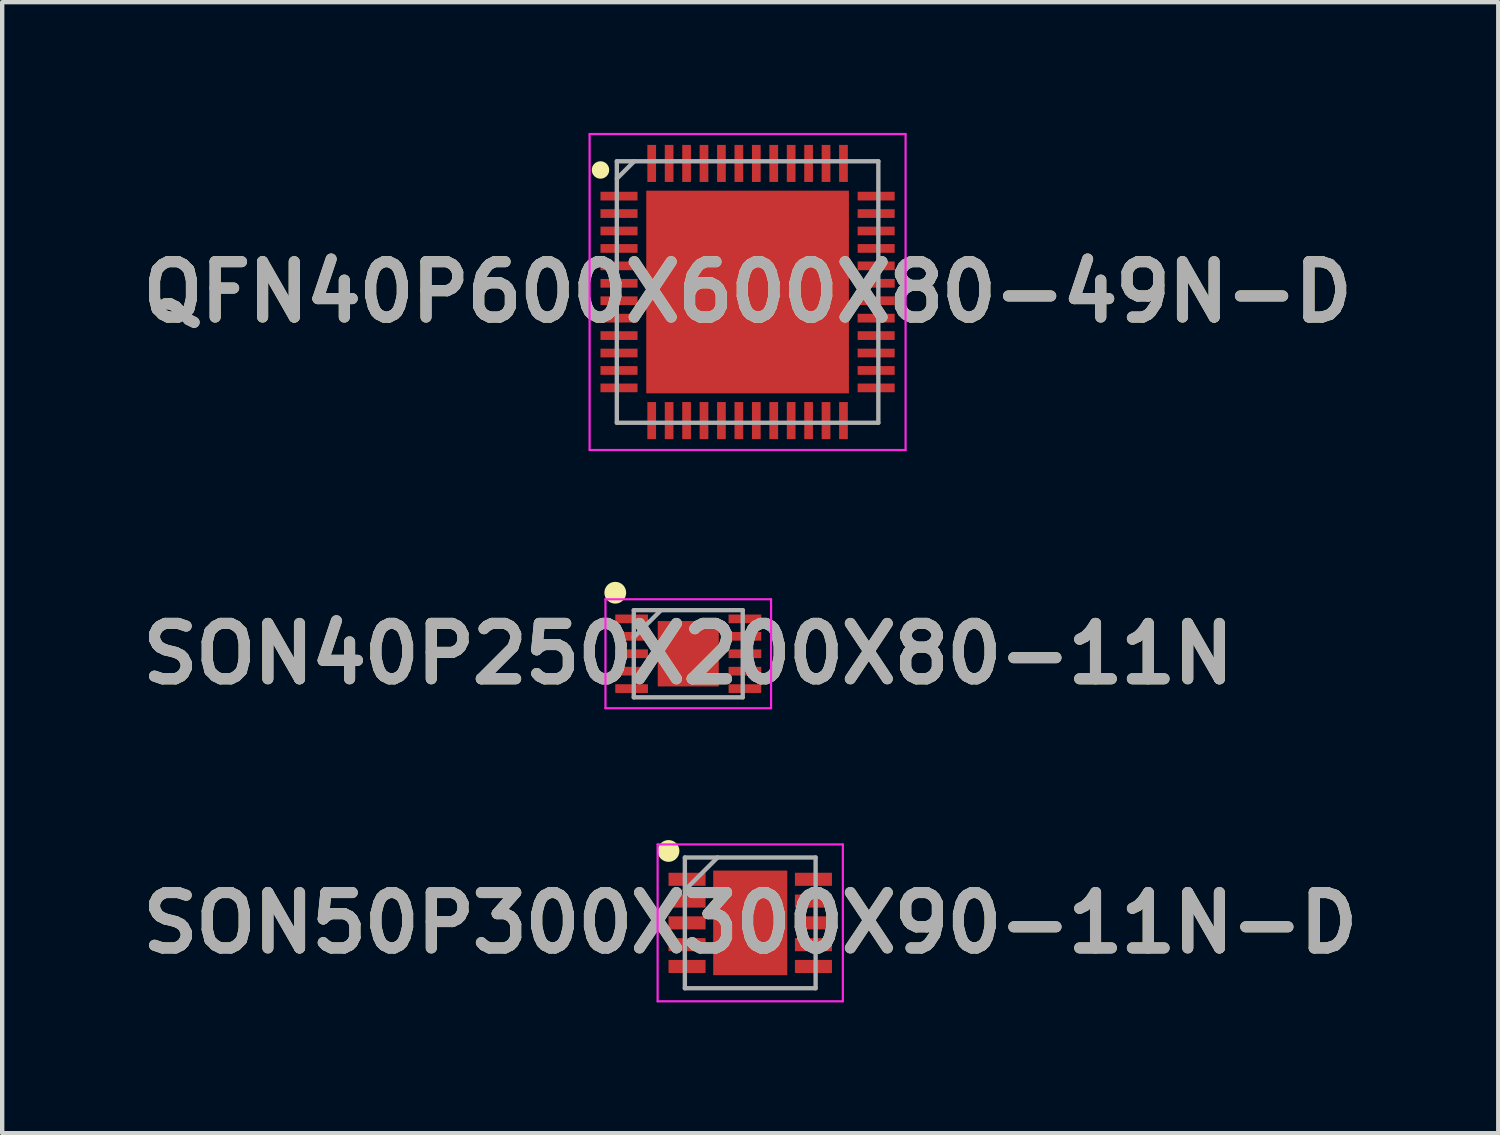
<source format=kicad_pcb>
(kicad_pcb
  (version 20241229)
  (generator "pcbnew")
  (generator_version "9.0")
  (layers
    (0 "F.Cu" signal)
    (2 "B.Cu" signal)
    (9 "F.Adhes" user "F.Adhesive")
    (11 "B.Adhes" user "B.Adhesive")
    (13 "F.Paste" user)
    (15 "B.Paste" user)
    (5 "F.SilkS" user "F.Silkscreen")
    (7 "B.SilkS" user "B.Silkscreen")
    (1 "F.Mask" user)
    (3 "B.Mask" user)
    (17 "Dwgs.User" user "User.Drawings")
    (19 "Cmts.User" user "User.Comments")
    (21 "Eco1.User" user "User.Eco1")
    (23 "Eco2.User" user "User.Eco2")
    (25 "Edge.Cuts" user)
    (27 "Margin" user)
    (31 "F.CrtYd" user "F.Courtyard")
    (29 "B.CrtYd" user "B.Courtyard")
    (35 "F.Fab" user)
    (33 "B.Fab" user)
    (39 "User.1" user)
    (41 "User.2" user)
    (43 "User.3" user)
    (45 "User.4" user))
  (footprint "QFN40P600X600X80-49N-D"
    (layer "F.Cu")
    (at 14.103 3.65)
    (property "Reference" "QFN40P600X600X80-49N-D" (at 0 0 0) (layer "F.SilkS") (effects (font (size 1.27 1.27) (thickness 0.254))))
    (attr smd)
    (fp_circle (center -3.375 -2.8) (end -3.375 -2.7) (stroke (width 0.2) (type solid)) (fill no) (layer "F.SilkS"))
    (fp_line (start -3.625 -3.625) (end 3.625 -3.625) (stroke (width 0.05) (type solid)) (layer "F.CrtYd"))
    (fp_line (start -3.625 3.625) (end -3.625 -3.625) (stroke (width 0.05) (type solid)) (layer "F.CrtYd"))
    (fp_line (start 3.625 -3.625) (end 3.625 3.625) (stroke (width 0.05) (type solid)) (layer "F.CrtYd"))
    (fp_line (start 3.625 3.625) (end -3.625 3.625) (stroke (width 0.05) (type solid)) (layer "F.CrtYd"))
    (fp_line (start -3 -3) (end 3 -3) (stroke (width 0.1) (type solid)) (layer "F.Fab"))
    (fp_line (start -3 -2.6) (end -2.6 -3) (stroke (width 0.1) (type solid)) (layer "F.Fab"))
    (fp_line (start -3 3) (end -3 -3) (stroke (width 0.1) (type solid)) (layer "F.Fab"))
    (fp_line (start 3 -3) (end 3 3) (stroke (width 0.1) (type solid)) (layer "F.Fab"))
    (fp_line (start 3 3) (end -3 3) (stroke (width 0.1) (type solid)) (layer "F.Fab"))
    (fp_text user "${REFERENCE}" (at 0 0 0) (layer "F.Fab") (effects (font (size 1.27 1.27) (thickness 0.254))))
    (pad "1" smd rect (at -2.95 -2.2 90) (size 0.2 0.85) (layers "F.Cu" "F.Mask" "F.Paste"))
    (pad "2" smd rect (at -2.95 -1.8 90) (size 0.2 0.85) (layers "F.Cu" "F.Mask" "F.Paste"))
    (pad "3" smd rect (at -2.95 -1.4 90) (size 0.2 0.85) (layers "F.Cu" "F.Mask" "F.Paste"))
    (pad "4" smd rect (at -2.95 -1 90) (size 0.2 0.85) (layers "F.Cu" "F.Mask" "F.Paste"))
    (pad "5" smd rect (at -2.95 -0.6 90) (size 0.2 0.85) (layers "F.Cu" "F.Mask" "F.Paste"))
    (pad "6" smd rect (at -2.95 -0.2 90) (size 0.2 0.85) (layers "F.Cu" "F.Mask" "F.Paste"))
    (pad "7" smd rect (at -2.95 0.2 90) (size 0.2 0.85) (layers "F.Cu" "F.Mask" "F.Paste"))
    (pad "8" smd rect (at -2.95 0.6 90) (size 0.2 0.85) (layers "F.Cu" "F.Mask" "F.Paste"))
    (pad "9" smd rect (at -2.95 1 90) (size 0.2 0.85) (layers "F.Cu" "F.Mask" "F.Paste"))
    (pad "10" smd rect (at -2.95 1.4 90) (size 0.2 0.85) (layers "F.Cu" "F.Mask" "F.Paste"))
    (pad "11" smd rect (at -2.95 1.8 90) (size 0.2 0.85) (layers "F.Cu" "F.Mask" "F.Paste"))
    (pad "12" smd rect (at -2.95 2.2 90) (size 0.2 0.85) (layers "F.Cu" "F.Mask" "F.Paste"))
    (pad "13" smd rect (at -2.2 2.95) (size 0.2 0.85) (layers "F.Cu" "F.Mask" "F.Paste"))
    (pad "14" smd rect (at -1.8 2.95) (size 0.2 0.85) (layers "F.Cu" "F.Mask" "F.Paste"))
    (pad "15" smd rect (at -1.4 2.95) (size 0.2 0.85) (layers "F.Cu" "F.Mask" "F.Paste"))
    (pad "16" smd rect (at -1 2.95) (size 0.2 0.85) (layers "F.Cu" "F.Mask" "F.Paste"))
    (pad "17" smd rect (at -0.6 2.95) (size 0.2 0.85) (layers "F.Cu" "F.Mask" "F.Paste"))
    (pad "18" smd rect (at -0.2 2.95) (size 0.2 0.85) (layers "F.Cu" "F.Mask" "F.Paste"))
    (pad "19" smd rect (at 0.2 2.95) (size 0.2 0.85) (layers "F.Cu" "F.Mask" "F.Paste"))
    (pad "20" smd rect (at 0.6 2.95) (size 0.2 0.85) (layers "F.Cu" "F.Mask" "F.Paste"))
    (pad "21" smd rect (at 1 2.95) (size 0.2 0.85) (layers "F.Cu" "F.Mask" "F.Paste"))
    (pad "22" smd rect (at 1.4 2.95) (size 0.2 0.85) (layers "F.Cu" "F.Mask" "F.Paste"))
    (pad "23" smd rect (at 1.8 2.95) (size 0.2 0.85) (layers "F.Cu" "F.Mask" "F.Paste"))
    (pad "24" smd rect (at 2.2 2.95) (size 0.2 0.85) (layers "F.Cu" "F.Mask" "F.Paste"))
    (pad "25" smd rect (at 2.95 2.2 90) (size 0.2 0.85) (layers "F.Cu" "F.Mask" "F.Paste"))
    (pad "26" smd rect (at 2.95 1.8 90) (size 0.2 0.85) (layers "F.Cu" "F.Mask" "F.Paste"))
    (pad "27" smd rect (at 2.95 1.4 90) (size 0.2 0.85) (layers "F.Cu" "F.Mask" "F.Paste"))
    (pad "28" smd rect (at 2.95 1 90) (size 0.2 0.85) (layers "F.Cu" "F.Mask" "F.Paste"))
    (pad "29" smd rect (at 2.95 0.6 90) (size 0.2 0.85) (layers "F.Cu" "F.Mask" "F.Paste"))
    (pad "30" smd rect (at 2.95 0.2 90) (size 0.2 0.85) (layers "F.Cu" "F.Mask" "F.Paste"))
    (pad "31" smd rect (at 2.95 -0.2 90) (size 0.2 0.85) (layers "F.Cu" "F.Mask" "F.Paste"))
    (pad "32" smd rect (at 2.95 -0.6 90) (size 0.2 0.85) (layers "F.Cu" "F.Mask" "F.Paste"))
    (pad "33" smd rect (at 2.95 -1 90) (size 0.2 0.85) (layers "F.Cu" "F.Mask" "F.Paste"))
    (pad "34" smd rect (at 2.95 -1.4 90) (size 0.2 0.85) (layers "F.Cu" "F.Mask" "F.Paste"))
    (pad "35" smd rect (at 2.95 -1.8 90) (size 0.2 0.85) (layers "F.Cu" "F.Mask" "F.Paste"))
    (pad "36" smd rect (at 2.95 -2.2 90) (size 0.2 0.85) (layers "F.Cu" "F.Mask" "F.Paste"))
    (pad "37" smd rect (at 2.2 -2.95) (size 0.2 0.85) (layers "F.Cu" "F.Mask" "F.Paste"))
    (pad "38" smd rect (at 1.8 -2.95) (size 0.2 0.85) (layers "F.Cu" "F.Mask" "F.Paste"))
    (pad "39" smd rect (at 1.4 -2.95) (size 0.2 0.85) (layers "F.Cu" "F.Mask" "F.Paste"))
    (pad "40" smd rect (at 1 -2.95) (size 0.2 0.85) (layers "F.Cu" "F.Mask" "F.Paste"))
    (pad "41" smd rect (at 0.6 -2.95) (size 0.2 0.85) (layers "F.Cu" "F.Mask" "F.Paste"))
    (pad "42" smd rect (at 0.2 -2.95) (size 0.2 0.85) (layers "F.Cu" "F.Mask" "F.Paste"))
    (pad "43" smd rect (at -0.2 -2.95) (size 0.2 0.85) (layers "F.Cu" "F.Mask" "F.Paste"))
    (pad "44" smd rect (at -0.6 -2.95) (size 0.2 0.85) (layers "F.Cu" "F.Mask" "F.Paste"))
    (pad "45" smd rect (at -1 -2.95) (size 0.2 0.85) (layers "F.Cu" "F.Mask" "F.Paste"))
    (pad "46" smd rect (at -1.4 -2.95) (size 0.2 0.85) (layers "F.Cu" "F.Mask" "F.Paste"))
    (pad "47" smd rect (at -1.8 -2.95) (size 0.2 0.85) (layers "F.Cu" "F.Mask" "F.Paste"))
    (pad "48" smd rect (at -2.2 -2.95) (size 0.2 0.85) (layers "F.Cu" "F.Mask" "F.Paste"))
    (pad "49" smd rect (at 0 0) (size 4.65 4.65) (layers "F.Cu" "F.Mask" "F.Paste")))
  (footprint "SON50P300X300X90-11N-D"
    (layer "F.Cu")
    (at 14.164 18.125)
    (property "Reference" "SON50P300X300X90-11N-D" (at 0 0 0) (layer "F.SilkS") (effects (font (size 1.27 1.27) (thickness 0.254))))
    (attr smd)
    (fp_circle (center -1.875 -1.65) (end -1.875 -1.525) (stroke (width 0.25) (type solid)) (fill no) (layer "F.SilkS"))
    (fp_line (start -2.125 -1.8) (end 2.125 -1.8) (stroke (width 0.05) (type solid)) (layer "F.CrtYd"))
    (fp_line (start -2.125 1.8) (end -2.125 -1.8) (stroke (width 0.05) (type solid)) (layer "F.CrtYd"))
    (fp_line (start 2.125 -1.8) (end 2.125 1.8) (stroke (width 0.05) (type solid)) (layer "F.CrtYd"))
    (fp_line (start 2.125 1.8) (end -2.125 1.8) (stroke (width 0.05) (type solid)) (layer "F.CrtYd"))
    (fp_line (start -1.5 -1.5) (end 1.5 -1.5) (stroke (width 0.1) (type solid)) (layer "F.Fab"))
    (fp_line (start -1.5 -0.75) (end -0.75 -1.5) (stroke (width 0.1) (type solid)) (layer "F.Fab"))
    (fp_line (start -1.5 1.5) (end -1.5 -1.5) (stroke (width 0.1) (type solid)) (layer "F.Fab"))
    (fp_line (start 1.5 -1.5) (end 1.5 1.5) (stroke (width 0.1) (type solid)) (layer "F.Fab"))
    (fp_line (start 1.5 1.5) (end -1.5 1.5) (stroke (width 0.1) (type solid)) (layer "F.Fab"))
    (fp_text user "${REFERENCE}" (at 0 0 0) (layer "F.Fab") (effects (font (size 1.27 1.27) (thickness 0.254))))
    (pad "1" smd rect (at -1.45 -1 90) (size 0.3 0.85) (layers "F.Cu" "F.Mask" "F.Paste"))
    (pad "2" smd rect (at -1.45 -0.5 90) (size 0.3 0.85) (layers "F.Cu" "F.Mask" "F.Paste"))
    (pad "3" smd rect (at -1.45 0 90) (size 0.3 0.85) (layers "F.Cu" "F.Mask" "F.Paste"))
    (pad "4" smd rect (at -1.45 0.5 90) (size 0.3 0.85) (layers "F.Cu" "F.Mask" "F.Paste"))
    (pad "5" smd rect (at -1.45 1 90) (size 0.3 0.85) (layers "F.Cu" "F.Mask" "F.Paste"))
    (pad "6" smd rect (at 1.45 1 90) (size 0.3 0.85) (layers "F.Cu" "F.Mask" "F.Paste"))
    (pad "7" smd rect (at 1.45 0.5 90) (size 0.3 0.85) (layers "F.Cu" "F.Mask" "F.Paste"))
    (pad "8" smd rect (at 1.45 0 90) (size 0.3 0.85) (layers "F.Cu" "F.Mask" "F.Paste"))
    (pad "9" smd rect (at 1.45 -0.5 90) (size 0.3 0.85) (layers "F.Cu" "F.Mask" "F.Paste"))
    (pad "10" smd rect (at 1.45 -1 90) (size 0.3 0.85) (layers "F.Cu" "F.Mask" "F.Paste"))
    (pad "11" smd rect (at 0 0) (size 1.7 2.4) (layers "F.Cu" "F.Mask" "F.Paste")))
  (footprint "SON40P250X200X80-11N"
    (layer "F.Cu")
    (at 12.742 11.95)
    (property "Reference" "SON40P250X200X80-11N" (at 0 0 0) (layer "F.SilkS") (effects (font (size 1.27 1.27) (thickness 0.254))))
    (attr smd)
    (fp_circle (center -1.675 -1.4) (end -1.675 -1.275) (stroke (width 0.25) (type solid)) (fill no) (layer "F.SilkS"))
    (fp_line (start -1.9 -1.25) (end 1.9 -1.25) (stroke (width 0.05) (type solid)) (layer "F.CrtYd"))
    (fp_line (start -1.9 1.25) (end -1.9 -1.25) (stroke (width 0.05) (type solid)) (layer "F.CrtYd"))
    (fp_line (start 1.9 -1.25) (end 1.9 1.25) (stroke (width 0.05) (type solid)) (layer "F.CrtYd"))
    (fp_line (start 1.9 1.25) (end -1.9 1.25) (stroke (width 0.05) (type solid)) (layer "F.CrtYd"))
    (fp_line (start -1.25 -1) (end 1.25 -1) (stroke (width 0.1) (type solid)) (layer "F.Fab"))
    (fp_line (start -1.25 -0.375) (end -0.625 -1) (stroke (width 0.1) (type solid)) (layer "F.Fab"))
    (fp_line (start -1.25 1) (end -1.25 -1) (stroke (width 0.1) (type solid)) (layer "F.Fab"))
    (fp_line (start 1.25 -1) (end 1.25 1) (stroke (width 0.1) (type solid)) (layer "F.Fab"))
    (fp_line (start 1.25 1) (end -1.25 1) (stroke (width 0.1) (type solid)) (layer "F.Fab"))
    (fp_text user "${REFERENCE}" (at 0 0 0) (layer "F.Fab") (effects (font (size 1.27 1.27) (thickness 0.254))))
    (pad "1" smd rect (at -1.3 -0.8 90) (size 0.2 0.75) (layers "F.Cu" "F.Mask" "F.Paste"))
    (pad "2" smd rect (at -1.3 -0.4 90) (size 0.2 0.75) (layers "F.Cu" "F.Mask" "F.Paste"))
    (pad "3" smd rect (at -1.3 0 90) (size 0.2 0.75) (layers "F.Cu" "F.Mask" "F.Paste"))
    (pad "4" smd rect (at -1.3 0.4 90) (size 0.2 0.75) (layers "F.Cu" "F.Mask" "F.Paste"))
    (pad "5" smd rect (at -1.3 0.8 90) (size 0.2 0.75) (layers "F.Cu" "F.Mask" "F.Paste"))
    (pad "6" smd rect (at 1.3 0.8 90) (size 0.2 0.75) (layers "F.Cu" "F.Mask" "F.Paste"))
    (pad "7" smd rect (at 1.3 0.4 90) (size 0.2 0.75) (layers "F.Cu" "F.Mask" "F.Paste"))
    (pad "8" smd rect (at 1.3 0 90) (size 0.2 0.75) (layers "F.Cu" "F.Mask" "F.Paste"))
    (pad "9" smd rect (at 1.3 -0.4 90) (size 0.2 0.75) (layers "F.Cu" "F.Mask" "F.Paste"))
    (pad "10" smd rect (at 1.3 -0.8 90) (size 0.2 0.75) (layers "F.Cu" "F.Mask" "F.Paste"))
    (pad "11" smd rect (at 0 0) (size 1.4 1.5) (layers "F.Cu" "F.Mask" "F.Paste")))
  (gr_rect
    (start -3 -3)
    (end 31.327 22.95)
    (stroke (width 0.1) (type default))
    (fill no)
    (layer "Edge.Cuts")))
</source>
